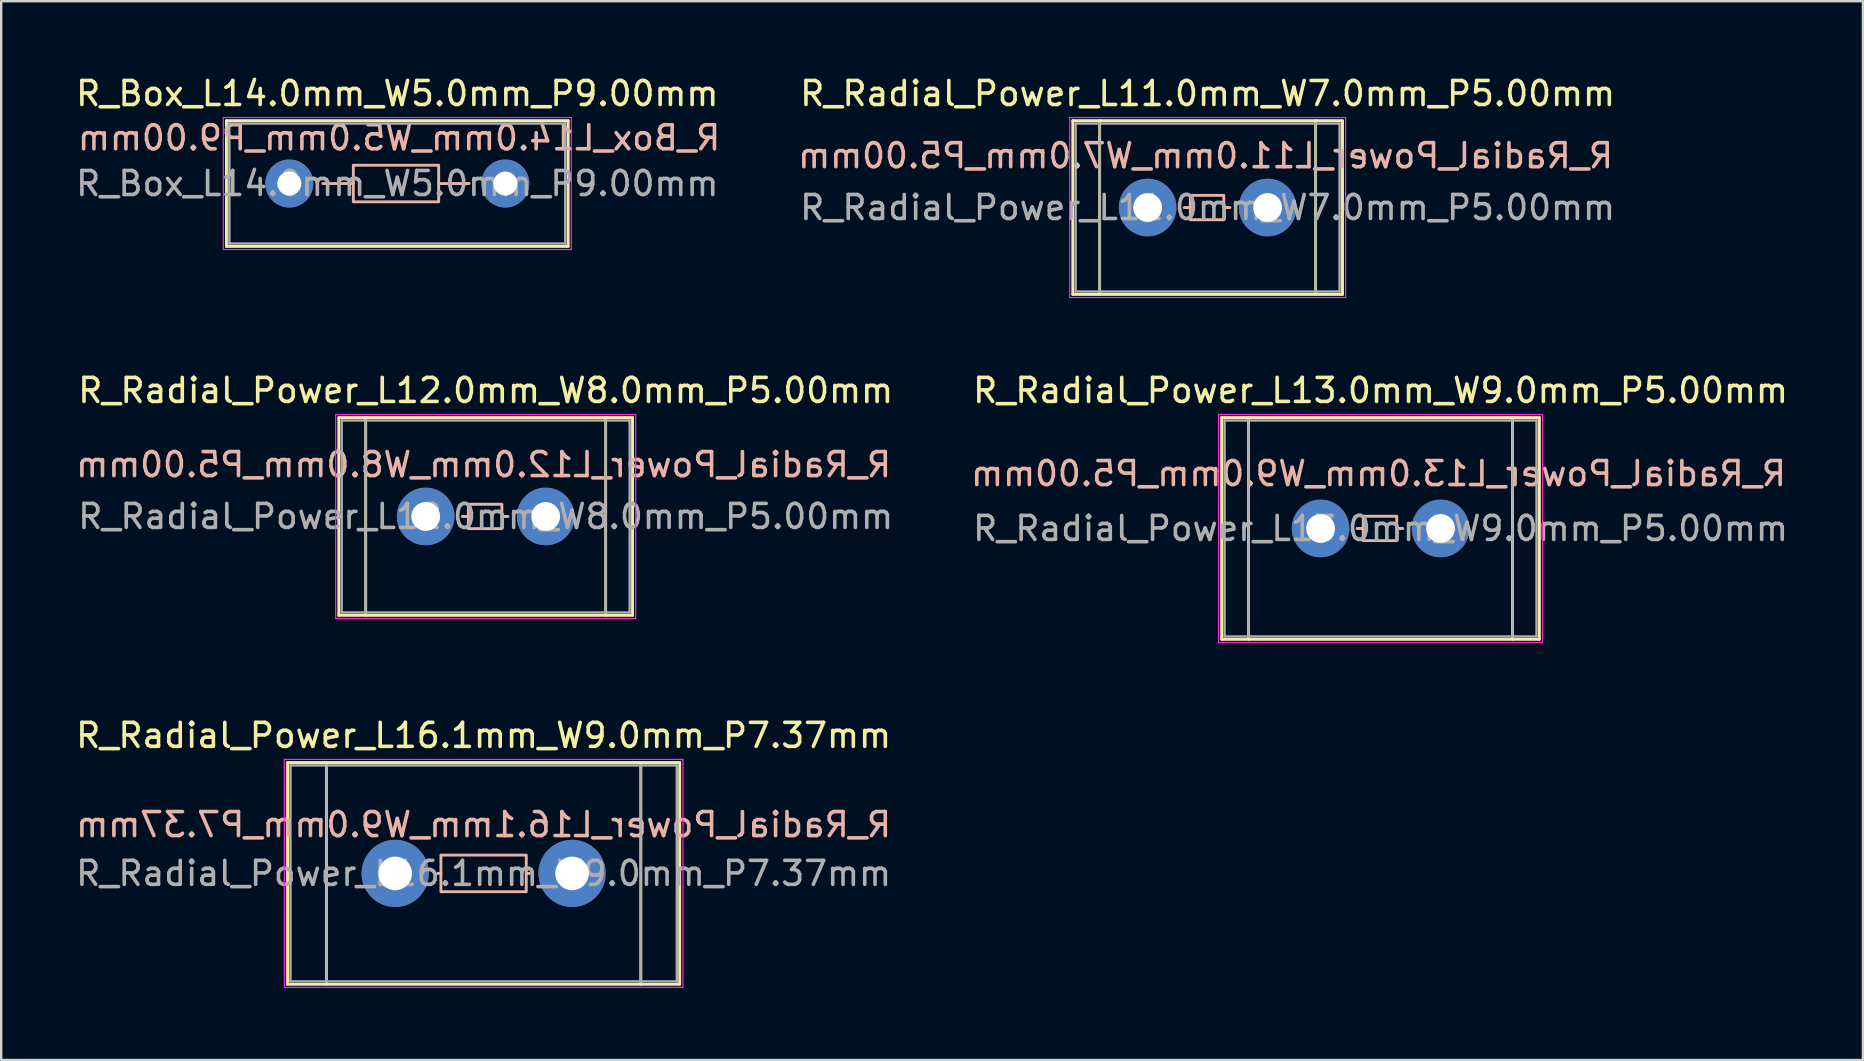
<source format=kicad_pcb>
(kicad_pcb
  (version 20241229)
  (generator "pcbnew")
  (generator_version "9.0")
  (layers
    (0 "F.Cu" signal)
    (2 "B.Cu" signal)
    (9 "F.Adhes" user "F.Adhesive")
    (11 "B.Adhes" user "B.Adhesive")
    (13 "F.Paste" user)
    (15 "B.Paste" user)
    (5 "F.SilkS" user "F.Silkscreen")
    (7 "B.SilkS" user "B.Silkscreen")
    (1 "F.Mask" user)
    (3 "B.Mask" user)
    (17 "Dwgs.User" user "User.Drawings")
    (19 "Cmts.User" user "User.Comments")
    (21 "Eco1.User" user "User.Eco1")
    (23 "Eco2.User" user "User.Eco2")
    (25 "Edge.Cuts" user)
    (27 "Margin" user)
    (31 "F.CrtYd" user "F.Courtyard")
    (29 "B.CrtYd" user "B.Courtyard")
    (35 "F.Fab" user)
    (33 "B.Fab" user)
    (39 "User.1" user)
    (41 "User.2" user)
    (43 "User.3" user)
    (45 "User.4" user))
  (footprint "R_Box_L14.0mm_W5.0mm_P9.00mm"
    (layer "F.Cu")
    (at 9.006 4.598)
    (property "Reference" "R_Box_L14.0mm_W5.0mm_P9.00mm" (at 4.5 -3.75 0) (layer "F.SilkS") (effects (font (size 1 1) (thickness 0.15))))
    (fp_line (start -2.62 -2.62) (end -2.62 2.62) (stroke (width 0.12) (type solid)) (layer "F.SilkS"))
    (fp_line (start -2.62 -2.62) (end 11.62 -2.62) (stroke (width 0.12) (type solid)) (layer "F.SilkS"))
    (fp_line (start -2.62 2.62) (end 11.62 2.62) (stroke (width 0.12) (type solid)) (layer "F.SilkS"))
    (fp_line (start 11.62 -2.62) (end 11.62 2.62) (stroke (width 0.12) (type solid)) (layer "F.SilkS"))
    (fp_line (start 2.667 0) (end 1.397 0) (stroke (width 0.12) (type solid)) (layer "B.SilkS"))
    (fp_line (start 7.493 0) (end 6.223 0) (stroke (width 0.12) (type solid)) (layer "B.SilkS"))
    (fp_rect (start 2.667 -0.762) (end 6.223 0.762) (stroke (width 0.12) (type solid)) (fill no) (layer "B.SilkS"))
    (fp_line (start -2.75 -2.75) (end -2.75 2.75) (stroke (width 0.05) (type solid)) (layer "F.CrtYd"))
    (fp_line (start -2.75 2.75) (end 11.75 2.75) (stroke (width 0.05) (type solid)) (layer "F.CrtYd"))
    (fp_line (start 11.75 -2.75) (end -2.75 -2.75) (stroke (width 0.05) (type solid)) (layer "F.CrtYd"))
    (fp_line (start 11.75 2.75) (end 11.75 -2.75) (stroke (width 0.05) (type solid)) (layer "F.CrtYd"))
    (fp_line (start -2.5 -2.5) (end -2.5 2.5) (stroke (width 0.1) (type solid)) (layer "F.Fab"))
    (fp_line (start -2.5 2.5) (end 11.5 2.5) (stroke (width 0.1) (type solid)) (layer "F.Fab"))
    (fp_line (start 11.5 -2.5) (end -2.5 -2.5) (stroke (width 0.1) (type solid)) (layer "F.Fab"))
    (fp_line (start 11.5 2.5) (end 11.5 -2.5) (stroke (width 0.1) (type solid)) (layer "F.Fab"))
    (fp_text user "${REFERENCE}" (at 4.572 -1.905 0) (layer "B.SilkS") (effects (font (size 1 1) (thickness 0.15)) (justify mirror)))
    (fp_text user "${REFERENCE}" (at 4.5 0 0) (layer "F.Fab") (effects (font (size 1 1) (thickness 0.15))))
    (pad "1" thru_hole circle (at 0 0) (size 2 2) (drill 1) (layers "*.Cu" "*.Mask"))
    (pad "2" thru_hole circle (at 9 0) (size 2 2) (drill 1) (layers "*.Cu" "*.Mask")))
  (footprint "R_Radial_Power_L16.1mm_W9.0mm_P7.37mm"
    (layer "F.Cu")
    (at 13.418 33.345)
    (property "Reference" "R_Radial_Power_L16.1mm_W9.0mm_P7.37mm" (at 3.685 -5.75 0) (layer "F.SilkS") (effects (font (size 1 1) (thickness 0.15))))
    (fp_line (start -4.485 -4.62) (end -4.485 4.62) (stroke (width 0.12) (type solid)) (layer "F.SilkS"))
    (fp_line (start -4.485 -4.62) (end 11.855 -4.62) (stroke (width 0.12) (type solid)) (layer "F.SilkS"))
    (fp_line (start -4.485 4.62) (end 11.855 4.62) (stroke (width 0.12) (type solid)) (layer "F.SilkS"))
    (fp_line (start -2.866 -4.62) (end -2.866 4.62) (stroke (width 0.12) (type solid)) (layer "F.SilkS"))
    (fp_line (start 10.236 -4.62) (end 10.236 4.62) (stroke (width 0.12) (type solid)) (layer "F.SilkS"))
    (fp_line (start 11.855 -4.62) (end 11.855 4.62) (stroke (width 0.12) (type solid)) (layer "F.SilkS"))
    (fp_line (start 1.905 0) (end 1.778 0) (stroke (width 0.12) (type solid)) (layer "B.SilkS"))
    (fp_line (start 5.461 0) (end 5.588 0) (stroke (width 0.12) (type solid)) (layer "B.SilkS"))
    (fp_rect (start 1.905 -0.762) (end 5.461 0.762) (stroke (width 0.12) (type solid)) (fill no) (layer "B.SilkS"))
    (fp_line (start -4.62 -4.75) (end -4.62 4.75) (stroke (width 0.05) (type solid)) (layer "F.CrtYd"))
    (fp_line (start -4.62 4.75) (end 11.99 4.75) (stroke (width 0.05) (type solid)) (layer "F.CrtYd"))
    (fp_line (start 11.99 -4.75) (end -4.62 -4.75) (stroke (width 0.05) (type solid)) (layer "F.CrtYd"))
    (fp_line (start 11.99 4.75) (end 11.99 -4.75) (stroke (width 0.05) (type solid)) (layer "F.CrtYd"))
    (fp_line (start -4.365 -4.5) (end -4.365 4.5) (stroke (width 0.1) (type solid)) (layer "F.Fab"))
    (fp_line (start -4.365 4.5) (end 11.735 4.5) (stroke (width 0.1) (type solid)) (layer "F.Fab"))
    (fp_line (start -2.865 -4.5) (end -2.865 4.5) (stroke (width 0.1) (type solid)) (layer "F.Fab"))
    (fp_line (start 10.235 -4.5) (end 10.235 4.5) (stroke (width 0.1) (type solid)) (layer "F.Fab"))
    (fp_line (start 11.735 -4.5) (end -4.365 -4.5) (stroke (width 0.1) (type solid)) (layer "F.Fab"))
    (fp_line (start 11.735 4.5) (end 11.735 -4.5) (stroke (width 0.1) (type solid)) (layer "F.Fab"))
    (fp_text user "${REFERENCE}" (at 3.683 -2.032 0) (layer "B.SilkS") (effects (font (size 1 1) (thickness 0.15)) (justify mirror)))
    (fp_text user "${REFERENCE}" (at 3.685 0 0) (layer "F.Fab") (effects (font (size 1 1) (thickness 0.15))))
    (pad "1" thru_hole circle (at 0 0) (size 2.8 2.8) (drill 1.4) (layers "*.Cu" "*.Mask"))
    (pad "2" thru_hole circle (at 7.37 0) (size 2.8 2.8) (drill 1.4) (layers "*.Cu" "*.Mask")))
  (footprint "R_Radial_Power_L11.0mm_W7.0mm_P5.00mm"
    (layer "F.Cu")
    (at 44.772 5.598)
    (property "Reference" "R_Radial_Power_L11.0mm_W7.0mm_P5.00mm" (at 2.5 -4.75 0) (layer "F.SilkS") (effects (font (size 1 1) (thickness 0.15))))
    (fp_line (start -3.12 -3.62) (end -3.12 3.62) (stroke (width 0.12) (type solid)) (layer "F.SilkS"))
    (fp_line (start -3.12 -3.62) (end 8.12 -3.62) (stroke (width 0.12) (type solid)) (layer "F.SilkS"))
    (fp_line (start -3.12 3.62) (end 8.12 3.62) (stroke (width 0.12) (type solid)) (layer "F.SilkS"))
    (fp_line (start -2 -3.62) (end -2 3.62) (stroke (width 0.12) (type solid)) (layer "F.SilkS"))
    (fp_line (start 7 -3.62) (end 7 3.62) (stroke (width 0.12) (type solid)) (layer "F.SilkS"))
    (fp_line (start 8.12 -3.62) (end 8.12 3.62) (stroke (width 0.12) (type solid)) (layer "F.SilkS"))
    (fp_line (start 1.524 0) (end 1.778 0) (stroke (width 0.12) (type solid)) (layer "B.SilkS"))
    (fp_line (start 3.429 0) (end 3.175 0) (stroke (width 0.12) (type solid)) (layer "B.SilkS"))
    (fp_rect (start 1.778 -0.508) (end 3.175 0.508) (stroke (width 0.12) (type solid)) (fill no) (layer "B.SilkS"))
    (fp_line (start -3.25 -3.75) (end -3.25 3.75) (stroke (width 0.05) (type solid)) (layer "F.CrtYd"))
    (fp_line (start -3.25 3.75) (end 8.25 3.75) (stroke (width 0.05) (type solid)) (layer "F.CrtYd"))
    (fp_line (start 8.25 -3.75) (end -3.25 -3.75) (stroke (width 0.05) (type solid)) (layer "F.CrtYd"))
    (fp_line (start 8.25 3.75) (end 8.25 -3.75) (stroke (width 0.05) (type solid)) (layer "F.CrtYd"))
    (fp_line (start -3 -3.5) (end -3 3.5) (stroke (width 0.1) (type solid)) (layer "F.Fab"))
    (fp_line (start -3 3.5) (end 8 3.5) (stroke (width 0.1) (type solid)) (layer "F.Fab"))
    (fp_line (start -2 -3.5) (end -2 3.5) (stroke (width 0.1) (type solid)) (layer "F.Fab"))
    (fp_line (start 7 -3.5) (end 7 3.5) (stroke (width 0.1) (type solid)) (layer "F.Fab"))
    (fp_line (start 8 -3.5) (end -3 -3.5) (stroke (width 0.1) (type solid)) (layer "F.Fab"))
    (fp_line (start 8 3.5) (end 8 -3.5) (stroke (width 0.1) (type solid)) (layer "F.Fab"))
    (fp_text user "${REFERENCE}" (at 2.413 -2.159 0) (layer "B.SilkS") (effects (font (size 1 1) (thickness 0.15)) (justify mirror)))
    (fp_text user "${REFERENCE}" (at 2.5 0 0) (layer "F.Fab") (effects (font (size 1 1) (thickness 0.15))))
    (pad "1" thru_hole circle (at 0 0) (size 2.4 2.4) (drill 1.2) (layers "*.Cu" "*.Mask"))
    (pad "2" thru_hole circle (at 5 0) (size 2.4 2.4) (drill 1.2) (layers "*.Cu" "*.Mask")))
  (footprint "R_Radial_Power_L12.0mm_W8.0mm_P5.00mm"
    (layer "F.Cu")
    (at 14.688 18.471)
    (property "Reference" "R_Radial_Power_L12.0mm_W8.0mm_P5.00mm" (at 2.5 -5.25 0) (layer "F.SilkS") (effects (font (size 1 1) (thickness 0.15))))
    (fp_line (start -3.62 -4.12) (end -3.62 4.12) (stroke (width 0.12) (type solid)) (layer "F.SilkS"))
    (fp_line (start -3.62 -4.12) (end 8.62 -4.12) (stroke (width 0.12) (type solid)) (layer "F.SilkS"))
    (fp_line (start -3.62 4.12) (end 8.62 4.12) (stroke (width 0.12) (type solid)) (layer "F.SilkS"))
    (fp_line (start -2.5 -4.12) (end -2.5 4.12) (stroke (width 0.12) (type solid)) (layer "F.SilkS"))
    (fp_line (start 7.5 -4.12) (end 7.5 4.12) (stroke (width 0.12) (type solid)) (layer "F.SilkS"))
    (fp_line (start 8.62 -4.12) (end 8.62 4.12) (stroke (width 0.12) (type solid)) (layer "F.SilkS"))
    (fp_line (start 1.524 0) (end 1.778 0) (stroke (width 0.12) (type solid)) (layer "B.SilkS"))
    (fp_line (start 3.429 0) (end 3.175 0) (stroke (width 0.12) (type solid)) (layer "B.SilkS"))
    (fp_rect (start 1.778 -0.508) (end 3.175 0.508) (stroke (width 0.12) (type solid)) (fill no) (layer "B.SilkS"))
    (fp_line (start -3.75 -4.25) (end -3.75 4.25) (stroke (width 0.05) (type solid)) (layer "F.CrtYd"))
    (fp_line (start -3.75 4.25) (end 8.75 4.25) (stroke (width 0.05) (type solid)) (layer "F.CrtYd"))
    (fp_line (start 8.75 -4.25) (end -3.75 -4.25) (stroke (width 0.05) (type solid)) (layer "F.CrtYd"))
    (fp_line (start 8.75 4.25) (end 8.75 -4.25) (stroke (width 0.05) (type solid)) (layer "F.CrtYd"))
    (fp_line (start -3.5 -4) (end -3.5 4) (stroke (width 0.1) (type solid)) (layer "F.Fab"))
    (fp_line (start -3.5 4) (end 8.5 4) (stroke (width 0.1) (type solid)) (layer "F.Fab"))
    (fp_line (start -2.5 -4) (end -2.5 4) (stroke (width 0.1) (type solid)) (layer "F.Fab"))
    (fp_line (start 7.5 -4) (end 7.5 4) (stroke (width 0.1) (type solid)) (layer "F.Fab"))
    (fp_line (start 8.5 -4) (end -3.5 -4) (stroke (width 0.1) (type solid)) (layer "F.Fab"))
    (fp_line (start 8.5 4) (end 8.5 -4) (stroke (width 0.1) (type solid)) (layer "F.Fab"))
    (fp_text user "${REFERENCE}" (at 2.413 -2.159 0) (layer "B.SilkS") (effects (font (size 1 1) (thickness 0.15)) (justify mirror)))
    (fp_text user "${REFERENCE}" (at 2.5 0 0) (layer "F.Fab") (effects (font (size 1 1) (thickness 0.15))))
    (pad "1" thru_hole circle (at 0 0) (size 2.4 2.4) (drill 1.2) (layers "*.Cu" "*.Mask"))
    (pad "2" thru_hole circle (at 5 0) (size 2.4 2.4) (drill 1.2) (layers "*.Cu" "*.Mask")))
  (footprint "R_Radial_Power_L13.0mm_W9.0mm_P5.00mm"
    (layer "F.Cu")
    (at 51.978 18.971)
    (property "Reference" "R_Radial_Power_L13.0mm_W9.0mm_P5.00mm" (at 2.5 -5.75 0) (layer "F.SilkS") (effects (font (size 1 1) (thickness 0.15))))
    (fp_line (start -4.12 -4.62) (end -4.12 4.62) (stroke (width 0.12) (type solid)) (layer "F.SilkS"))
    (fp_line (start -4.12 -4.62) (end 9.12 -4.62) (stroke (width 0.12) (type solid)) (layer "F.SilkS"))
    (fp_line (start -4.12 4.62) (end 9.12 4.62) (stroke (width 0.12) (type solid)) (layer "F.SilkS"))
    (fp_line (start -3 -4.62) (end -3 4.62) (stroke (width 0.12) (type solid)) (layer "F.SilkS"))
    (fp_line (start 8 -4.62) (end 8 4.62) (stroke (width 0.12) (type solid)) (layer "F.SilkS"))
    (fp_line (start 9.12 -4.62) (end 9.12 4.62) (stroke (width 0.12) (type solid)) (layer "F.SilkS"))
    (fp_line (start 1.524 0) (end 1.778 0) (stroke (width 0.12) (type solid)) (layer "B.SilkS"))
    (fp_line (start 3.429 0) (end 3.175 0) (stroke (width 0.12) (type solid)) (layer "B.SilkS"))
    (fp_rect (start 1.778 -0.508) (end 3.175 0.508) (stroke (width 0.12) (type solid)) (fill no) (layer "B.SilkS"))
    (fp_line (start -4.25 -4.75) (end -4.25 4.75) (stroke (width 0.05) (type solid)) (layer "F.CrtYd"))
    (fp_line (start -4.25 4.75) (end 9.25 4.75) (stroke (width 0.05) (type solid)) (layer "F.CrtYd"))
    (fp_line (start 9.25 -4.75) (end -4.25 -4.75) (stroke (width 0.05) (type solid)) (layer "F.CrtYd"))
    (fp_line (start 9.25 4.75) (end 9.25 -4.75) (stroke (width 0.05) (type solid)) (layer "F.CrtYd"))
    (fp_line (start -4 -4.5) (end -4 4.5) (stroke (width 0.1) (type solid)) (layer "F.Fab"))
    (fp_line (start -4 4.5) (end 9 4.5) (stroke (width 0.1) (type solid)) (layer "F.Fab"))
    (fp_line (start -3 -4.5) (end -3 4.5) (stroke (width 0.1) (type solid)) (layer "F.Fab"))
    (fp_line (start 8 -4.5) (end 8 4.5) (stroke (width 0.1) (type solid)) (layer "F.Fab"))
    (fp_line (start 9 -4.5) (end -4 -4.5) (stroke (width 0.1) (type solid)) (layer "F.Fab"))
    (fp_line (start 9 4.5) (end 9 -4.5) (stroke (width 0.1) (type solid)) (layer "F.Fab"))
    (fp_text user "${REFERENCE}" (at 2.413 -2.286 0) (layer "B.SilkS") (effects (font (size 1 1) (thickness 0.15)) (justify mirror)))
    (fp_text user "${REFERENCE}" (at 2.5 0 0) (layer "F.Fab") (effects (font (size 1 1) (thickness 0.15))))
    (pad "1" thru_hole circle (at 0 0) (size 2.4 2.4) (drill 1.2) (layers "*.Cu" "*.Mask"))
    (pad "2" thru_hole circle (at 5 0) (size 2.4 2.4) (drill 1.2) (layers "*.Cu" "*.Mask")))
  (gr_rect
    (start -3 -3)
    (end 74.579 41.12)
    (stroke (width 0.1) (type default))
    (fill no)
    (layer "Edge.Cuts")))
</source>
